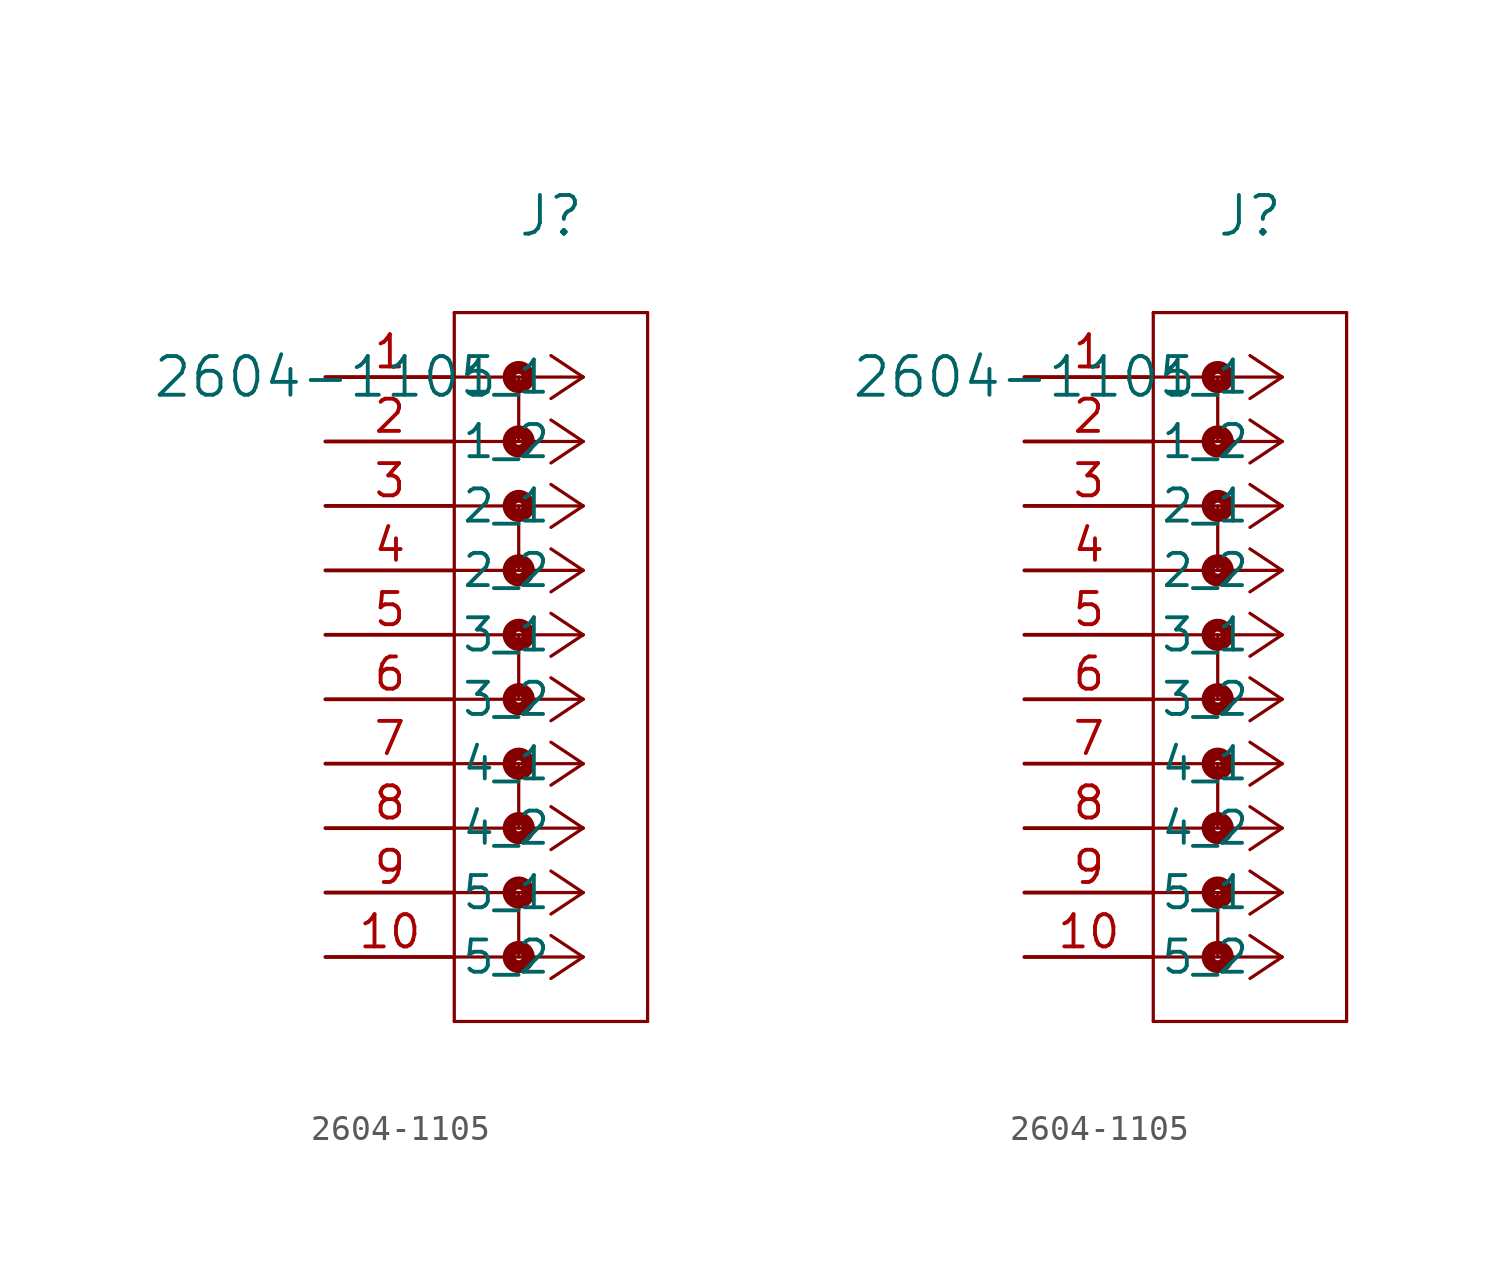
<source format=kicad_sym>
(kicad_symbol_lib
  (version 20211014)
  (generator kicad_symbol_editor)
  (symbol "2604-1105"
    (pin_names
      (offset 0.254))
    (property "Reference" "J"
      (at 8.89 6.35 0)
      (effects (font (size 1.524 1.524))))
    (property "Value" "2604-1105"
      (at 0 0 0)
      (effects (font (size 1.524 1.524))))
    (symbol "2604-1105_1_1"
      (polyline (pts (xy 10.16 0) (xy 5.08 0)) (stroke (width 0.127) (type default) (color 0 0 0 0)) (fill (type none)))
      (polyline (pts (xy 10.16 -2.54) (xy 5.08 -2.54)) (stroke (width 0.127) (type default) (color 0 0 0 0)) (fill (type none)))
      (polyline (pts (xy 10.16 -5.08) (xy 5.08 -5.08)) (stroke (width 0.127) (type default) (color 0 0 0 0)) (fill (type none)))
      (polyline (pts (xy 10.16 -7.62) (xy 5.08 -7.62)) (stroke (width 0.127) (type default) (color 0 0 0 0)) (fill (type none)))
      (polyline (pts (xy 10.16 -10.16) (xy 5.08 -10.16)) (stroke (width 0.127) (type default) (color 0 0 0 0)) (fill (type none)))
      (polyline (pts (xy 10.16 -12.7) (xy 5.08 -12.7)) (stroke (width 0.127) (type default) (color 0 0 0 0)) (fill (type none)))
      (polyline (pts (xy 10.16 -15.24) (xy 5.08 -15.24)) (stroke (width 0.127) (type default) (color 0 0 0 0)) (fill (type none)))
      (polyline (pts (xy 10.16 -17.78) (xy 5.08 -17.78)) (stroke (width 0.127) (type default) (color 0 0 0 0)) (fill (type none)))
      (polyline (pts (xy 10.16 -20.32) (xy 5.08 -20.32)) (stroke (width 0.127) (type default) (color 0 0 0 0)) (fill (type none)))
      (polyline (pts (xy 10.16 -22.86) (xy 5.08 -22.86)) (stroke (width 0.127) (type default) (color 0 0 0 0)) (fill (type none)))
      (polyline (pts (xy 10.16 0) (xy 8.89 0.847)) (stroke (width 0.127) (type default) (color 0 0 0 0)) (fill (type none)))
      (polyline (pts (xy 10.16 -2.54) (xy 8.89 -1.693)) (stroke (width 0.127) (type default) (color 0 0 0 0)) (fill (type none)))
      (polyline (pts (xy 10.16 -5.08) (xy 8.89 -4.233)) (stroke (width 0.127) (type default) (color 0 0 0 0)) (fill (type none)))
      (polyline (pts (xy 10.16 -7.62) (xy 8.89 -6.773)) (stroke (width 0.127) (type default) (color 0 0 0 0)) (fill (type none)))
      (polyline (pts (xy 10.16 -10.16) (xy 8.89 -9.313)) (stroke (width 0.127) (type default) (color 0 0 0 0)) (fill (type none)))
      (polyline (pts (xy 10.16 -12.7) (xy 8.89 -11.853)) (stroke (width 0.127) (type default) (color 0 0 0 0)) (fill (type none)))
      (polyline (pts (xy 10.16 -15.24) (xy 8.89 -14.393)) (stroke (width 0.127) (type default) (color 0 0 0 0)) (fill (type none)))
      (polyline (pts (xy 10.16 -17.78) (xy 8.89 -16.933)) (stroke (width 0.127) (type default) (color 0 0 0 0)) (fill (type none)))
      (polyline (pts (xy 10.16 -20.32) (xy 8.89 -19.473)) (stroke (width 0.127) (type default) (color 0 0 0 0)) (fill (type none)))
      (polyline (pts (xy 10.16 -22.86) (xy 8.89 -22.013)) (stroke (width 0.127) (type default) (color 0 0 0 0)) (fill (type none)))
      (polyline (pts (xy 10.16 0) (xy 8.89 -0.847)) (stroke (width 0.127) (type default) (color 0 0 0 0)) (fill (type none)))
      (polyline (pts (xy 10.16 -2.54) (xy 8.89 -3.387)) (stroke (width 0.127) (type default) (color 0 0 0 0)) (fill (type none)))
      (polyline (pts (xy 10.16 -5.08) (xy 8.89 -5.927)) (stroke (width 0.127) (type default) (color 0 0 0 0)) (fill (type none)))
      (polyline (pts (xy 10.16 -7.62) (xy 8.89 -8.467)) (stroke (width 0.127) (type default) (color 0 0 0 0)) (fill (type none)))
      (polyline (pts (xy 10.16 -10.16) (xy 8.89 -11.007)) (stroke (width 0.127) (type default) (color 0 0 0 0)) (fill (type none)))
      (polyline (pts (xy 10.16 -12.7) (xy 8.89 -13.547)) (stroke (width 0.127) (type default) (color 0 0 0 0)) (fill (type none)))
      (polyline (pts (xy 10.16 -15.24) (xy 8.89 -16.087)) (stroke (width 0.127) (type default) (color 0 0 0 0)) (fill (type none)))
      (polyline (pts (xy 10.16 -17.78) (xy 8.89 -18.627)) (stroke (width 0.127) (type default) (color 0 0 0 0)) (fill (type none)))
      (polyline (pts (xy 10.16 -20.32) (xy 8.89 -21.167)) (stroke (width 0.127) (type default) (color 0 0 0 0)) (fill (type none)))
      (polyline (pts (xy 10.16 -22.86) (xy 8.89 -23.707)) (stroke (width 0.127) (type default) (color 0 0 0 0)) (fill (type none)))
      (polyline (pts (xy 5.08 2.54) (xy 5.08 -25.4)) (stroke (width 0.127) (type default) (color 0 0 0 0)) (fill (type none)))
      (polyline (pts (xy 5.08 -25.4) (xy 12.7 -25.4)) (stroke (width 0.127) (type default) (color 0 0 0 0)) (fill (type none)))
      (polyline (pts (xy 12.7 -25.4) (xy 12.7 2.54)) (stroke (width 0.127) (type default) (color 0 0 0 0)) (fill (type none)))
      (polyline (pts (xy 12.7 2.54) (xy 5.08 2.54)) (stroke (width 0.127) (type default) (color 0 0 0 0)) (fill (type none)))
      (circle (center 7.62 0) (radius 0.127) (stroke (width 0.508) (type default) (color 0 0 0 0)) (fill (type none)))
      (polyline (pts (xy 7.62 0) (xy 7.62 -2.54)) (stroke (width 0.127) (type default) (color 0 0 0 0)) (fill (type none)))
      (circle (center 7.62 -2.54) (radius 0.127) (stroke (width 0.508) (type default) (color 0 0 0 0)) (fill (type none)))
      (circle (center 7.62 -5.08) (radius 0.127) (stroke (width 0.508) (type default) (color 0 0 0 0)) (fill (type none)))
      (polyline (pts (xy 7.62 -5.08) (xy 7.62 -7.62)) (stroke (width 0.127) (type default) (color 0 0 0 0)) (fill (type none)))
      (circle (center 7.62 -7.62) (radius 0.127) (stroke (width 0.508) (type default) (color 0 0 0 0)) (fill (type none)))
      (circle (center 7.62 -10.16) (radius 0.127) (stroke (width 0.508) (type default) (color 0 0 0 0)) (fill (type none)))
      (polyline (pts (xy 7.62 -10.16) (xy 7.62 -12.7)) (stroke (width 0.127) (type default) (color 0 0 0 0)) (fill (type none)))
      (circle (center 7.62 -12.7) (radius 0.127) (stroke (width 0.508) (type default) (color 0 0 0 0)) (fill (type none)))
      (circle (center 7.62 -15.24) (radius 0.127) (stroke (width 0.508) (type default) (color 0 0 0 0)) (fill (type none)))
      (polyline (pts (xy 7.62 -15.24) (xy 7.62 -17.78)) (stroke (width 0.127) (type default) (color 0 0 0 0)) (fill (type none)))
      (circle (center 7.62 -17.78) (radius 0.127) (stroke (width 0.508) (type default) (color 0 0 0 0)) (fill (type none)))
      (circle (center 7.62 -20.32) (radius 0.127) (stroke (width 0.508) (type default) (color 0 0 0 0)) (fill (type none)))
      (polyline (pts (xy 7.62 -20.32) (xy 7.62 -22.86)) (stroke (width 0.127) (type default) (color 0 0 0 0)) (fill (type none)))
      (circle (center 7.62 -22.86) (radius 0.127) (stroke (width 0.508) (type default) (color 0 0 0 0)) (fill (type none)))
      (pin unspecified line (at 0 0 0) (length 5.08) (name "1_1" (effects (font (size 1.27 1.27)))) (number "1" (effects (font (size 1.27 1.27)))))
      (pin unspecified line (at 0 -2.54 0) (length 5.08) (name "1_2" (effects (font (size 1.27 1.27)))) (number "2" (effects (font (size 1.27 1.27)))))
      (pin unspecified line (at 0 -5.08 0) (length 5.08) (name "2_1" (effects (font (size 1.27 1.27)))) (number "3" (effects (font (size 1.27 1.27)))))
      (pin unspecified line (at 0 -7.62 0) (length 5.08) (name "2_2" (effects (font (size 1.27 1.27)))) (number "4" (effects (font (size 1.27 1.27)))))
      (pin unspecified line (at 0 -10.16 0) (length 5.08) (name "3_1" (effects (font (size 1.27 1.27)))) (number "5" (effects (font (size 1.27 1.27)))))
      (pin unspecified line (at 0 -12.7 0) (length 5.08) (name "3_2" (effects (font (size 1.27 1.27)))) (number "6" (effects (font (size 1.27 1.27)))))
      (pin unspecified line (at 0 -15.24 0) (length 5.08) (name "4_1" (effects (font (size 1.27 1.27)))) (number "7" (effects (font (size 1.27 1.27)))))
      (pin unspecified line (at 0 -17.78 0) (length 5.08) (name "4_2" (effects (font (size 1.27 1.27)))) (number "8" (effects (font (size 1.27 1.27)))))
      (pin unspecified line (at 0 -20.32 0) (length 5.08) (name "5_1" (effects (font (size 1.27 1.27)))) (number "9" (effects (font (size 1.27 1.27)))))
      (pin unspecified line (at 0 -22.86 0) (length 5.08) (name "5_2" (effects (font (size 1.27 1.27)))) (number "10" (effects (font (size 1.27 1.27))))))
    (symbol "2604-1105_1_2"
      (polyline (pts (xy 10.16 0) (xy 5.08 0)) (stroke (width 0.127) (type default) (color 0 0 0 0)) (fill (type none)))
      (polyline (pts (xy 10.16 -2.54) (xy 5.08 -2.54)) (stroke (width 0.127) (type default) (color 0 0 0 0)) (fill (type none)))
      (polyline (pts (xy 10.16 -5.08) (xy 5.08 -5.08)) (stroke (width 0.127) (type default) (color 0 0 0 0)) (fill (type none)))
      (polyline (pts (xy 10.16 -7.62) (xy 5.08 -7.62)) (stroke (width 0.127) (type default) (color 0 0 0 0)) (fill (type none)))
      (polyline (pts (xy 10.16 -10.16) (xy 5.08 -10.16)) (stroke (width 0.127) (type default) (color 0 0 0 0)) (fill (type none)))
      (polyline (pts (xy 10.16 -12.7) (xy 5.08 -12.7)) (stroke (width 0.127) (type default) (color 0 0 0 0)) (fill (type none)))
      (polyline (pts (xy 10.16 -15.24) (xy 5.08 -15.24)) (stroke (width 0.127) (type default) (color 0 0 0 0)) (fill (type none)))
      (polyline (pts (xy 10.16 -17.78) (xy 5.08 -17.78)) (stroke (width 0.127) (type default) (color 0 0 0 0)) (fill (type none)))
      (polyline (pts (xy 10.16 -20.32) (xy 5.08 -20.32)) (stroke (width 0.127) (type default) (color 0 0 0 0)) (fill (type none)))
      (polyline (pts (xy 10.16 -22.86) (xy 5.08 -22.86)) (stroke (width 0.127) (type default) (color 0 0 0 0)) (fill (type none)))
      (polyline (pts (xy 10.16 0) (xy 8.89 0.847)) (stroke (width 0.127) (type default) (color 0 0 0 0)) (fill (type none)))
      (polyline (pts (xy 10.16 -2.54) (xy 8.89 -1.693)) (stroke (width 0.127) (type default) (color 0 0 0 0)) (fill (type none)))
      (polyline (pts (xy 10.16 -5.08) (xy 8.89 -4.233)) (stroke (width 0.127) (type default) (color 0 0 0 0)) (fill (type none)))
      (polyline (pts (xy 10.16 -7.62) (xy 8.89 -6.773)) (stroke (width 0.127) (type default) (color 0 0 0 0)) (fill (type none)))
      (polyline (pts (xy 10.16 -10.16) (xy 8.89 -9.313)) (stroke (width 0.127) (type default) (color 0 0 0 0)) (fill (type none)))
      (polyline (pts (xy 10.16 -12.7) (xy 8.89 -11.853)) (stroke (width 0.127) (type default) (color 0 0 0 0)) (fill (type none)))
      (polyline (pts (xy 10.16 -15.24) (xy 8.89 -14.393)) (stroke (width 0.127) (type default) (color 0 0 0 0)) (fill (type none)))
      (polyline (pts (xy 10.16 -17.78) (xy 8.89 -16.933)) (stroke (width 0.127) (type default) (color 0 0 0 0)) (fill (type none)))
      (polyline (pts (xy 10.16 -20.32) (xy 8.89 -19.473)) (stroke (width 0.127) (type default) (color 0 0 0 0)) (fill (type none)))
      (polyline (pts (xy 10.16 -22.86) (xy 8.89 -22.013)) (stroke (width 0.127) (type default) (color 0 0 0 0)) (fill (type none)))
      (polyline (pts (xy 10.16 0) (xy 8.89 -0.847)) (stroke (width 0.127) (type default) (color 0 0 0 0)) (fill (type none)))
      (polyline (pts (xy 10.16 -2.54) (xy 8.89 -3.387)) (stroke (width 0.127) (type default) (color 0 0 0 0)) (fill (type none)))
      (polyline (pts (xy 10.16 -5.08) (xy 8.89 -5.927)) (stroke (width 0.127) (type default) (color 0 0 0 0)) (fill (type none)))
      (polyline (pts (xy 10.16 -7.62) (xy 8.89 -8.467)) (stroke (width 0.127) (type default) (color 0 0 0 0)) (fill (type none)))
      (polyline (pts (xy 10.16 -10.16) (xy 8.89 -11.007)) (stroke (width 0.127) (type default) (color 0 0 0 0)) (fill (type none)))
      (polyline (pts (xy 10.16 -12.7) (xy 8.89 -13.547)) (stroke (width 0.127) (type default) (color 0 0 0 0)) (fill (type none)))
      (polyline (pts (xy 10.16 -15.24) (xy 8.89 -16.087)) (stroke (width 0.127) (type default) (color 0 0 0 0)) (fill (type none)))
      (polyline (pts (xy 10.16 -17.78) (xy 8.89 -18.627)) (stroke (width 0.127) (type default) (color 0 0 0 0)) (fill (type none)))
      (polyline (pts (xy 10.16 -20.32) (xy 8.89 -21.167)) (stroke (width 0.127) (type default) (color 0 0 0 0)) (fill (type none)))
      (polyline (pts (xy 10.16 -22.86) (xy 8.89 -23.707)) (stroke (width 0.127) (type default) (color 0 0 0 0)) (fill (type none)))
      (polyline (pts (xy 5.08 2.54) (xy 5.08 -25.4)) (stroke (width 0.127) (type default) (color 0 0 0 0)) (fill (type none)))
      (polyline (pts (xy 5.08 -25.4) (xy 12.7 -25.4)) (stroke (width 0.127) (type default) (color 0 0 0 0)) (fill (type none)))
      (polyline (pts (xy 12.7 -25.4) (xy 12.7 2.54)) (stroke (width 0.127) (type default) (color 0 0 0 0)) (fill (type none)))
      (polyline (pts (xy 12.7 2.54) (xy 5.08 2.54)) (stroke (width 0.127) (type default) (color 0 0 0 0)) (fill (type none)))
      (circle (center 7.62 0) (radius 0.127) (stroke (width 0.508) (type default) (color 0 0 0 0)) (fill (type none)))
      (polyline (pts (xy 7.62 0) (xy 7.62 -2.54)) (stroke (width 0.127) (type default) (color 0 0 0 0)) (fill (type none)))
      (circle (center 7.62 -2.54) (radius 0.127) (stroke (width 0.508) (type default) (color 0 0 0 0)) (fill (type none)))
      (circle (center 7.62 -5.08) (radius 0.127) (stroke (width 0.508) (type default) (color 0 0 0 0)) (fill (type none)))
      (polyline (pts (xy 7.62 -5.08) (xy 7.62 -7.62)) (stroke (width 0.127) (type default) (color 0 0 0 0)) (fill (type none)))
      (circle (center 7.62 -7.62) (radius 0.127) (stroke (width 0.508) (type default) (color 0 0 0 0)) (fill (type none)))
      (circle (center 7.62 -10.16) (radius 0.127) (stroke (width 0.508) (type default) (color 0 0 0 0)) (fill (type none)))
      (polyline (pts (xy 7.62 -10.16) (xy 7.62 -12.7)) (stroke (width 0.127) (type default) (color 0 0 0 0)) (fill (type none)))
      (circle (center 7.62 -12.7) (radius 0.127) (stroke (width 0.508) (type default) (color 0 0 0 0)) (fill (type none)))
      (circle (center 7.62 -15.24) (radius 0.127) (stroke (width 0.508) (type default) (color 0 0 0 0)) (fill (type none)))
      (polyline (pts (xy 7.62 -15.24) (xy 7.62 -17.78)) (stroke (width 0.127) (type default) (color 0 0 0 0)) (fill (type none)))
      (circle (center 7.62 -17.78) (radius 0.127) (stroke (width 0.508) (type default) (color 0 0 0 0)) (fill (type none)))
      (circle (center 7.62 -20.32) (radius 0.127) (stroke (width 0.508) (type default) (color 0 0 0 0)) (fill (type none)))
      (polyline (pts (xy 7.62 -20.32) (xy 7.62 -22.86)) (stroke (width 0.127) (type default) (color 0 0 0 0)) (fill (type none)))
      (circle (center 7.62 -22.86) (radius 0.127) (stroke (width 0.508) (type default) (color 0 0 0 0)) (fill (type none)))
      (pin unspecified line (at 0 0 0) (length 5.08) (name "1_1" (effects (font (size 1.27 1.27)))) (number "1" (effects (font (size 1.27 1.27)))))
      (pin unspecified line (at 0 -2.54 0) (length 5.08) (name "1_2" (effects (font (size 1.27 1.27)))) (number "2" (effects (font (size 1.27 1.27)))))
      (pin unspecified line (at 0 -5.08 0) (length 5.08) (name "2_1" (effects (font (size 1.27 1.27)))) (number "3" (effects (font (size 1.27 1.27)))))
      (pin unspecified line (at 0 -7.62 0) (length 5.08) (name "2_2" (effects (font (size 1.27 1.27)))) (number "4" (effects (font (size 1.27 1.27)))))
      (pin unspecified line (at 0 -10.16 0) (length 5.08) (name "3_1" (effects (font (size 1.27 1.27)))) (number "5" (effects (font (size 1.27 1.27)))))
      (pin unspecified line (at 0 -12.7 0) (length 5.08) (name "3_2" (effects (font (size 1.27 1.27)))) (number "6" (effects (font (size 1.27 1.27)))))
      (pin unspecified line (at 0 -15.24 0) (length 5.08) (name "4_1" (effects (font (size 1.27 1.27)))) (number "7" (effects (font (size 1.27 1.27)))))
      (pin unspecified line (at 0 -17.78 0) (length 5.08) (name "4_2" (effects (font (size 1.27 1.27)))) (number "8" (effects (font (size 1.27 1.27)))))
      (pin unspecified line (at 0 -20.32 0) (length 5.08) (name "5_1" (effects (font (size 1.27 1.27)))) (number "9" (effects (font (size 1.27 1.27)))))
      (pin unspecified line (at 0 -22.86 0) (length 5.08) (name "5_2" (effects (font (size 1.27 1.27)))) (number "10" (effects (font (size 1.27 1.27))))))))
</source>
